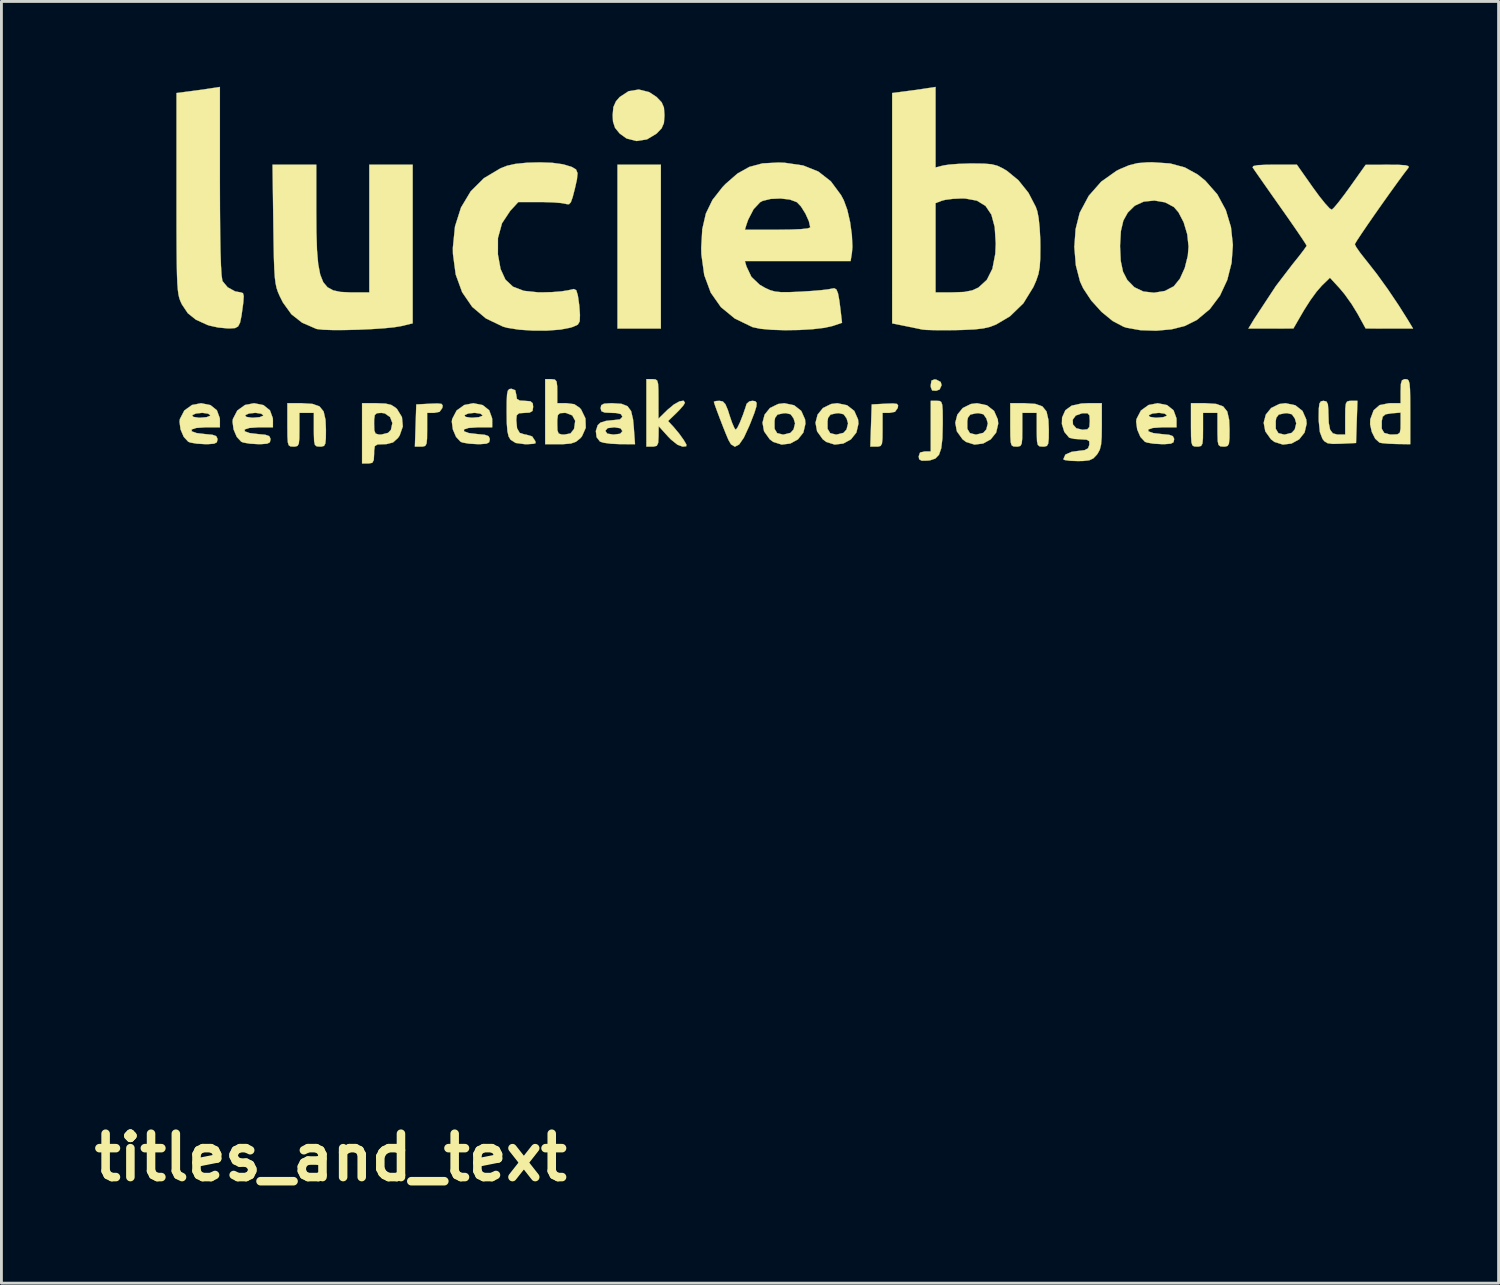
<source format=kicad_pcb>
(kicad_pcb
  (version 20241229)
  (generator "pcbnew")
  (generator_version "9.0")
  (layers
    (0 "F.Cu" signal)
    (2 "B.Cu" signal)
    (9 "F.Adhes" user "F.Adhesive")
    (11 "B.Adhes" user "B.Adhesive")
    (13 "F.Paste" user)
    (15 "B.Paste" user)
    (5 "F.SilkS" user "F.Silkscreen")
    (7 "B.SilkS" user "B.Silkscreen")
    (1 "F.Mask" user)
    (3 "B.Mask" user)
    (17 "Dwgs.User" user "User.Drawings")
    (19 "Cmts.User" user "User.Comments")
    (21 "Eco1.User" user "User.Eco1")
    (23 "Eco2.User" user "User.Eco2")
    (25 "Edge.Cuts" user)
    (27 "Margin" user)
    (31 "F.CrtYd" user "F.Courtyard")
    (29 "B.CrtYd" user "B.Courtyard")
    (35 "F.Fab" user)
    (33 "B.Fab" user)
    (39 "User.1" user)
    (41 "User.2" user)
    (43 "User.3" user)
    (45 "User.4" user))
  (footprint "titles_and_text"
    (layer "F.Cu")
    (at 8.571 37.619)
    (property "Reference" "titles_and_text" (at 0 0 0) (layer "F.SilkS") (effects (font (size 1.524 1.524) (thickness 0.3))))
    (attr through_hole)
    (fp_poly (pts (xy 11.599 -29.125) (xy 10.075 -29.125) (xy 10.075 -34.883) (xy 11.599 -34.883) (xy 11.599 -29.125)) (stroke (width 0.01) (type solid)) (fill yes) (layer "F.SilkS"))
    (fp_poly (pts (xy 21.273 -27.332) (xy 21.432 -27.248) (xy 21.463 -27.136) (xy 21.394 -26.984) (xy 21.273 -26.939) (xy 21.131 -26.95) (xy 21.084 -27.068) (xy 21.082 -27.136) (xy 21.108 -27.297) (xy 21.215 -27.338) (xy 21.273 -27.332)) (stroke (width 0.01) (type solid)) (fill yes) (layer "F.SilkS"))
    (fp_poly (pts (xy 3.893 -26.477) (xy 3.934 -26.422) (xy 3.92 -26.335) (xy 3.824 -26.199) (xy 3.631 -26.162) (xy 3.387 -26.162) (xy 3.387 -25.569) (xy 3.384 -25.26) (xy 3.366 -25.083) (xy 3.319 -25.001) (xy 3.231 -24.978) (xy 3.172 -24.977) (xy 2.957 -24.977) (xy 3.006 -26.458) (xy 3.486 -26.484) (xy 3.756 -26.493) (xy 3.893 -26.477)) (stroke (width 0.01) (type solid)) (fill yes) (layer "F.SilkS"))
    (fp_poly (pts (xy 19.895 -26.477) (xy 19.936 -26.422) (xy 19.922 -26.335) (xy 19.826 -26.199) (xy 19.633 -26.162) (xy 19.389 -26.162) (xy 19.389 -25.569) (xy 19.386 -25.26) (xy 19.368 -25.083) (xy 19.321 -25.001) (xy 19.233 -24.978) (xy 19.174 -24.977) (xy 18.959 -24.977) (xy 19.008 -26.458) (xy 19.488 -26.484) (xy 19.758 -26.493) (xy 19.895 -26.477)) (stroke (width 0.01) (type solid)) (fill yes) (layer "F.SilkS"))
    (fp_poly (pts (xy 11.188 -37.433) (xy 11.45 -37.26) (xy 11.628 -37.074) (xy 11.708 -36.886) (xy 11.726 -36.618) (xy 11.707 -36.347) (xy 11.626 -36.16) (xy 11.45 -35.976) (xy 11.112 -35.772) (xy 10.747 -35.714) (xy 10.395 -35.803) (xy 10.153 -35.977) (xy 9.989 -36.179) (xy 9.918 -36.397) (xy 9.906 -36.618) (xy 9.93 -36.904) (xy 10.022 -37.109) (xy 10.153 -37.26) (xy 10.467 -37.465) (xy 10.825 -37.523) (xy 11.188 -37.433)) (stroke (width 0.01) (type solid)) (fill yes) (layer "F.SilkS"))
    (fp_poly (pts (xy 21.391 -26.58) (xy 21.452 -26.543) (xy 21.486 -26.443) (xy 21.501 -26.25) (xy 21.504 -25.93) (xy 21.504 -25.76) (xy 21.492 -25.267) (xy 21.451 -24.919) (xy 21.372 -24.69) (xy 21.243 -24.557) (xy 21.055 -24.494) (xy 20.974 -24.485) (xy 20.765 -24.481) (xy 20.676 -24.531) (xy 20.659 -24.633) (xy 20.706 -24.769) (xy 20.87 -24.807) (xy 21.082 -24.807) (xy 21.082 -26.585) (xy 21.294 -26.585) (xy 21.391 -26.58)) (stroke (width 0.01) (type solid)) (fill yes) (layer "F.SilkS"))
    (fp_poly (pts (xy -0.642 -26.477) (xy -0.395 -26.39) (xy -0.25 -26.211) (xy -0.183 -25.915) (xy -0.169 -25.569) (xy -0.172 -25.26) (xy -0.191 -25.082) (xy -0.237 -25.001) (xy -0.325 -24.978) (xy -0.381 -24.977) (xy -0.492 -24.985) (xy -0.555 -25.036) (xy -0.584 -25.166) (xy -0.592 -25.411) (xy -0.593 -25.569) (xy -0.593 -26.162) (xy -1.101 -26.162) (xy -1.101 -25.569) (xy -1.104 -25.26) (xy -1.122 -25.082) (xy -1.168 -25.001) (xy -1.256 -24.978) (xy -1.312 -24.977) (xy -1.413 -24.983) (xy -1.475 -25.023) (xy -1.508 -25.129) (xy -1.521 -25.334) (xy -1.524 -25.671) (xy -1.524 -25.739) (xy -1.524 -26.501) (xy -1.016 -26.501) (xy -0.642 -26.477)) (stroke (width 0.01) (type solid)) (fill yes) (layer "F.SilkS"))
    (fp_poly (pts (xy 24.758 -26.477) (xy 25.005 -26.39) (xy 25.15 -26.211) (xy 25.217 -25.915) (xy 25.231 -25.569) (xy 25.228 -25.26) (xy 25.209 -25.082) (xy 25.163 -25.001) (xy 25.075 -24.978) (xy 25.019 -24.977) (xy 24.908 -24.985) (xy 24.845 -25.036) (xy 24.816 -25.166) (xy 24.808 -25.411) (xy 24.807 -25.569) (xy 24.807 -26.162) (xy 24.299 -26.162) (xy 24.299 -25.569) (xy 24.296 -25.26) (xy 24.278 -25.082) (xy 24.232 -25.001) (xy 24.144 -24.978) (xy 24.088 -24.977) (xy 23.987 -24.983) (xy 23.925 -25.023) (xy 23.892 -25.129) (xy 23.879 -25.334) (xy 23.876 -25.671) (xy 23.876 -25.739) (xy 23.876 -26.501) (xy 24.384 -26.501) (xy 24.758 -26.477)) (stroke (width 0.01) (type solid)) (fill yes) (layer "F.SilkS"))
    (fp_poly (pts (xy 31.108 -26.477) (xy 31.355 -26.39) (xy 31.5 -26.211) (xy 31.567 -25.915) (xy 31.581 -25.569) (xy 31.578 -25.26) (xy 31.559 -25.082) (xy 31.513 -25.001) (xy 31.425 -24.978) (xy 31.369 -24.977) (xy 31.258 -24.985) (xy 31.195 -25.036) (xy 31.166 -25.166) (xy 31.158 -25.411) (xy 31.157 -25.569) (xy 31.157 -26.162) (xy 30.649 -26.162) (xy 30.649 -25.569) (xy 30.646 -25.26) (xy 30.628 -25.082) (xy 30.582 -25.001) (xy 30.494 -24.978) (xy 30.438 -24.977) (xy 30.337 -24.983) (xy 30.275 -25.023) (xy 30.242 -25.129) (xy 30.229 -25.334) (xy 30.226 -25.671) (xy 30.226 -25.739) (xy 30.226 -26.501) (xy 30.734 -26.501) (xy 31.108 -26.477)) (stroke (width 0.01) (type solid)) (fill yes) (layer "F.SilkS"))
    (fp_poly (pts (xy 36.05 -25.845) (xy 36.026 -25.104) (xy 35.504 -25.079) (xy 35.206 -25.072) (xy 35.027 -25.096) (xy 34.914 -25.164) (xy 34.848 -25.246) (xy 34.755 -25.489) (xy 34.715 -25.881) (xy 34.713 -26.012) (xy 34.718 -26.317) (xy 34.74 -26.49) (xy 34.79 -26.567) (xy 34.878 -26.585) (xy 34.883 -26.585) (xy 34.986 -26.562) (xy 35.037 -26.462) (xy 35.053 -26.245) (xy 35.053 -26.183) (xy 35.067 -25.806) (xy 35.115 -25.569) (xy 35.21 -25.443) (xy 35.363 -25.401) (xy 35.401 -25.4) (xy 35.645 -25.4) (xy 35.645 -25.993) (xy 35.648 -26.302) (xy 35.666 -26.479) (xy 35.712 -26.561) (xy 35.8 -26.584) (xy 35.86 -26.585) (xy 36.075 -26.585) (xy 36.05 -25.845)) (stroke (width 0.01) (type solid)) (fill yes) (layer "F.SilkS"))
    (fp_poly (pts (xy 16.282 -26.429) (xy 16.533 -26.231) (xy 16.666 -25.932) (xy 16.679 -25.781) (xy 16.606 -25.47) (xy 16.416 -25.231) (xy 16.148 -25.085) (xy 15.846 -25.048) (xy 15.551 -25.14) (xy 15.426 -25.233) (xy 15.226 -25.514) (xy 15.171 -25.815) (xy 15.187 -25.88) (xy 15.594 -25.88) (xy 15.594 -25.602) (xy 15.686 -25.45) (xy 15.886 -25.4) (xy 15.912 -25.4) (xy 16.154 -25.46) (xy 16.262 -25.58) (xy 16.315 -25.793) (xy 16.264 -25.966) (xy 16.16 -26.112) (xy 15.994 -26.152) (xy 15.896 -26.146) (xy 15.699 -26.102) (xy 15.614 -25.99) (xy 15.594 -25.88) (xy 15.187 -25.88) (xy 15.245 -26.101) (xy 15.433 -26.333) (xy 15.72 -26.474) (xy 15.937 -26.501) (xy 16.282 -26.429)) (stroke (width 0.01) (type solid)) (fill yes) (layer "F.SilkS"))
    (fp_poly (pts (xy 18.144 -26.429) (xy 18.396 -26.231) (xy 18.528 -25.932) (xy 18.542 -25.781) (xy 18.469 -25.47) (xy 18.278 -25.231) (xy 18.011 -25.085) (xy 17.709 -25.048) (xy 17.414 -25.14) (xy 17.289 -25.233) (xy 17.089 -25.514) (xy 17.033 -25.815) (xy 17.05 -25.88) (xy 17.456 -25.88) (xy 17.457 -25.602) (xy 17.549 -25.45) (xy 17.749 -25.4) (xy 17.774 -25.4) (xy 18.017 -25.46) (xy 18.124 -25.58) (xy 18.177 -25.793) (xy 18.127 -25.966) (xy 18.023 -26.112) (xy 17.857 -26.152) (xy 17.758 -26.146) (xy 17.562 -26.102) (xy 17.476 -25.99) (xy 17.456 -25.88) (xy 17.05 -25.88) (xy 17.107 -26.101) (xy 17.295 -26.333) (xy 17.583 -26.474) (xy 17.8 -26.501) (xy 18.144 -26.429)) (stroke (width 0.01) (type solid)) (fill yes) (layer "F.SilkS"))
    (fp_poly (pts (xy 23.055 -26.429) (xy 23.307 -26.231) (xy 23.439 -25.932) (xy 23.453 -25.781) (xy 23.38 -25.47) (xy 23.189 -25.231) (xy 22.922 -25.085) (xy 22.62 -25.048) (xy 22.325 -25.14) (xy 22.2 -25.233) (xy 22 -25.514) (xy 21.944 -25.815) (xy 21.961 -25.88) (xy 22.367 -25.88) (xy 22.367 -25.602) (xy 22.459 -25.45) (xy 22.66 -25.4) (xy 22.685 -25.4) (xy 22.928 -25.46) (xy 23.035 -25.58) (xy 23.088 -25.793) (xy 23.037 -25.966) (xy 22.934 -26.112) (xy 22.768 -26.152) (xy 22.669 -26.146) (xy 22.472 -26.102) (xy 22.387 -25.99) (xy 22.367 -25.88) (xy 21.961 -25.88) (xy 22.018 -26.101) (xy 22.206 -26.333) (xy 22.493 -26.474) (xy 22.71 -26.501) (xy 23.055 -26.429)) (stroke (width 0.01) (type solid)) (fill yes) (layer "F.SilkS"))
    (fp_poly (pts (xy 33.892 -26.429) (xy 34.144 -26.231) (xy 34.276 -25.932) (xy 34.29 -25.781) (xy 34.217 -25.47) (xy 34.026 -25.231) (xy 33.759 -25.085) (xy 33.457 -25.048) (xy 33.162 -25.14) (xy 33.037 -25.233) (xy 32.837 -25.514) (xy 32.781 -25.815) (xy 32.798 -25.88) (xy 33.204 -25.88) (xy 33.205 -25.602) (xy 33.297 -25.45) (xy 33.497 -25.4) (xy 33.522 -25.4) (xy 33.765 -25.46) (xy 33.872 -25.58) (xy 33.925 -25.793) (xy 33.875 -25.966) (xy 33.771 -26.112) (xy 33.605 -26.152) (xy 33.506 -26.146) (xy 33.31 -26.102) (xy 33.224 -25.99) (xy 33.204 -25.88) (xy 32.798 -25.88) (xy 32.855 -26.101) (xy 33.043 -26.333) (xy 33.331 -26.474) (xy 33.548 -26.501) (xy 33.892 -26.429)) (stroke (width 0.01) (type solid)) (fill yes) (layer "F.SilkS"))
    (fp_poly (pts (xy 11.407 -27.34) (xy 11.47 -27.297) (xy 11.502 -27.182) (xy 11.513 -26.963) (xy 11.515 -26.653) (xy 11.515 -25.958) (xy 11.836 -26.272) (xy 12.059 -26.458) (xy 12.258 -26.568) (xy 12.398 -26.589) (xy 12.446 -26.517) (xy 12.39 -26.423) (xy 12.248 -26.261) (xy 12.15 -26.162) (xy 11.853 -25.875) (xy 12.054 -25.659) (xy 12.245 -25.429) (xy 12.402 -25.209) (xy 12.496 -25.05) (xy 12.49 -24.988) (xy 12.375 -24.977) (xy 12.361 -24.977) (xy 12.182 -25.044) (xy 11.952 -25.228) (xy 11.847 -25.337) (xy 11.522 -25.696) (xy 11.518 -25.337) (xy 11.506 -25.11) (xy 11.456 -25.005) (xy 11.341 -24.977) (xy 11.303 -24.977) (xy 11.091 -24.977) (xy 11.091 -27.347) (xy 11.303 -27.347) (xy 11.407 -27.34)) (stroke (width 0.01) (type solid)) (fill yes) (layer "F.SilkS"))
    (fp_poly (pts (xy 14.917 -26.572) (xy 14.965 -26.514) (xy 14.955 -26.385) (xy 14.885 -26.16) (xy 14.75 -25.813) (xy 14.702 -25.696) (xy 14.515 -25.291) (xy 14.349 -25.051) (xy 14.2 -24.973) (xy 14.065 -25.055) (xy 13.977 -25.206) (xy 13.9 -25.387) (xy 13.795 -25.647) (xy 13.682 -25.939) (xy 13.577 -26.217) (xy 13.498 -26.435) (xy 13.463 -26.548) (xy 13.462 -26.553) (xy 13.534 -26.578) (xy 13.66 -26.585) (xy 13.778 -26.562) (xy 13.867 -26.467) (xy 13.953 -26.265) (xy 14.012 -26.077) (xy 14.102 -25.814) (xy 14.182 -25.63) (xy 14.23 -25.569) (xy 14.29 -25.643) (xy 14.381 -25.833) (xy 14.485 -26.096) (xy 14.584 -26.386) (xy 14.612 -26.48) (xy 14.71 -26.566) (xy 14.814 -26.585) (xy 14.917 -26.572)) (stroke (width 0.01) (type solid)) (fill yes) (layer "F.SilkS"))
    (fp_poly (pts (xy 6.483 -26.959) (xy 6.519 -26.797) (xy 6.541 -26.654) (xy 6.641 -26.595) (xy 6.816 -26.585) (xy 7.016 -26.57) (xy 7.098 -26.498) (xy 7.112 -26.374) (xy 7.09 -26.231) (xy 6.99 -26.172) (xy 6.816 -26.162) (xy 6.616 -26.148) (xy 6.535 -26.076) (xy 6.519 -25.915) (xy 6.547 -25.618) (xy 6.643 -25.456) (xy 6.824 -25.401) (xy 6.858 -25.4) (xy 7.077 -25.335) (xy 7.19 -25.164) (xy 7.197 -25.097) (xy 7.121 -25.075) (xy 6.931 -25.063) (xy 6.829 -25.061) (xy 6.499 -25.105) (xy 6.321 -25.216) (xy 6.251 -25.332) (xy 6.208 -25.516) (xy 6.186 -25.802) (xy 6.181 -26.19) (xy 6.183 -26.568) (xy 6.195 -26.807) (xy 6.222 -26.94) (xy 6.272 -26.997) (xy 6.35 -27.009) (xy 6.35 -27.009) (xy 6.483 -26.959)) (stroke (width 0.01) (type solid)) (fill yes) (layer "F.SilkS"))
    (fp_poly (pts (xy 7.873 -27.334) (xy 7.935 -27.264) (xy 7.957 -27.094) (xy 7.959 -26.924) (xy 7.959 -26.501) (xy 8.291 -26.501) (xy 8.557 -26.467) (xy 8.742 -26.344) (xy 8.799 -26.278) (xy 8.95 -25.967) (xy 8.96 -25.637) (xy 8.828 -25.34) (xy 8.767 -25.269) (xy 8.617 -25.148) (xy 8.439 -25.085) (xy 8.174 -25.063) (xy 8.047 -25.061) (xy 7.535 -25.061) (xy 7.535 -25.781) (xy 7.959 -25.781) (xy 7.966 -25.547) (xy 8.008 -25.436) (xy 8.117 -25.402) (xy 8.215 -25.4) (xy 8.424 -25.44) (xy 8.541 -25.586) (xy 8.553 -25.617) (xy 8.59 -25.882) (xy 8.487 -26.073) (xy 8.264 -26.16) (xy 8.21 -26.162) (xy 8.055 -26.151) (xy 7.982 -26.086) (xy 7.96 -25.922) (xy 7.959 -25.781) (xy 7.535 -25.781) (xy 7.535 -27.347) (xy 7.747 -27.347) (xy 7.873 -27.334)) (stroke (width 0.01) (type solid)) (fill yes) (layer "F.SilkS"))
    (fp_poly (pts (xy 1.923 -26.489) (xy 2.125 -26.442) (xy 2.278 -26.344) (xy 2.332 -26.293) (xy 2.502 -26.013) (xy 2.533 -25.687) (xy 2.421 -25.366) (xy 2.365 -25.284) (xy 2.189 -25.124) (xy 1.958 -25.065) (xy 1.857 -25.061) (xy 1.644 -25.053) (xy 1.549 -24.995) (xy 1.525 -24.839) (xy 1.524 -24.723) (xy 1.512 -24.504) (xy 1.458 -24.407) (xy 1.331 -24.384) (xy 1.312 -24.384) (xy 1.101 -24.384) (xy 1.101 -25.781) (xy 1.524 -25.781) (xy 1.531 -25.547) (xy 1.574 -25.436) (xy 1.682 -25.402) (xy 1.775 -25.4) (xy 2.015 -25.46) (xy 2.114 -25.564) (xy 2.166 -25.805) (xy 2.085 -26.015) (xy 1.9 -26.144) (xy 1.78 -26.162) (xy 1.623 -26.151) (xy 1.548 -26.088) (xy 1.525 -25.926) (xy 1.524 -25.781) (xy 1.101 -25.781) (xy 1.101 -26.501) (xy 1.613 -26.501) (xy 1.923 -26.489)) (stroke (width 0.01) (type solid)) (fill yes) (layer "F.SilkS"))
    (fp_poly (pts (xy -0.508 -33.286) (xy -0.503 -32.507) (xy -0.483 -31.881) (xy -0.441 -31.391) (xy -0.37 -31.022) (xy -0.264 -30.755) (xy -0.114 -30.576) (xy 0.085 -30.467) (xy 0.341 -30.412) (xy 0.661 -30.396) (xy 0.724 -30.395) (xy 1.355 -30.395) (xy 1.355 -34.883) (xy 2.879 -34.883) (xy 2.879 -29.308) (xy 2.477 -29.211) (xy 2.227 -29.17) (xy 1.865 -29.134) (xy 1.431 -29.105) (xy 0.962 -29.084) (xy 0.499 -29.073) (xy 0.078 -29.072) (xy -0.261 -29.083) (xy -0.478 -29.107) (xy -0.509 -29.115) (xy -1.006 -29.331) (xy -1.383 -29.628) (xy -1.68 -30.041) (xy -1.795 -30.269) (xy -1.856 -30.41) (xy -1.903 -30.551) (xy -1.938 -30.716) (xy -1.965 -30.93) (xy -1.983 -31.215) (xy -1.997 -31.597) (xy -2.007 -32.099) (xy -2.017 -32.745) (xy -2.017 -32.787) (xy -2.045 -34.883) (xy -0.508 -34.883) (xy -0.508 -33.286)) (stroke (width 0.01) (type solid)) (fill yes) (layer "F.SilkS"))
    (fp_poly (pts (xy 37.829 -27.338) (xy 37.876 -27.293) (xy 37.906 -27.186) (xy 37.922 -26.991) (xy 37.929 -26.679) (xy 37.931 -26.227) (xy 37.931 -26.204) (xy 37.931 -25.061) (xy 37.444 -25.068) (xy 37.159 -25.079) (xy 36.936 -25.1) (xy 36.849 -25.118) (xy 36.699 -25.254) (xy 36.58 -25.491) (xy 36.555 -25.605) (xy 36.928 -25.605) (xy 37.017 -25.456) (xy 37.22 -25.402) (xy 37.293 -25.4) (xy 37.476 -25.408) (xy 37.563 -25.462) (xy 37.59 -25.607) (xy 37.592 -25.786) (xy 37.592 -26.172) (xy 37.275 -26.146) (xy 37.061 -26.112) (xy 36.963 -26.028) (xy 36.93 -25.88) (xy 36.928 -25.605) (xy 36.555 -25.605) (xy 36.52 -25.761) (xy 36.526 -25.935) (xy 36.644 -26.253) (xy 36.855 -26.436) (xy 37.18 -26.5) (xy 37.224 -26.501) (xy 37.592 -26.501) (xy 37.592 -26.924) (xy 37.601 -27.178) (xy 37.639 -27.305) (xy 37.722 -27.346) (xy 37.761 -27.347) (xy 37.829 -27.338)) (stroke (width 0.01) (type solid)) (fill yes) (layer "F.SilkS"))
    (fp_poly (pts (xy -4.227 -26.435) (xy -4 -26.253) (xy -3.898 -25.975) (xy -3.895 -25.908) (xy -3.895 -25.654) (xy -4.41 -25.654) (xy -4.73 -25.632) (xy -4.887 -25.579) (xy -4.882 -25.513) (xy -4.713 -25.452) (xy -4.417 -25.417) (xy -4.156 -25.392) (xy -4.024 -25.344) (xy -3.981 -25.257) (xy -3.979 -25.226) (xy -4.002 -25.129) (xy -4.095 -25.08) (xy -4.301 -25.064) (xy -4.424 -25.064) (xy -4.705 -25.08) (xy -4.93 -25.119) (xy -5.005 -25.147) (xy -5.165 -25.319) (xy -5.277 -25.58) (xy -5.313 -25.853) (xy -5.3 -25.946) (xy -5.232 -26.077) (xy -4.868 -26.077) (xy -4.83 -26.022) (xy -4.651 -25.994) (xy -4.577 -25.993) (xy -4.363 -26.011) (xy -4.243 -26.058) (xy -4.233 -26.077) (xy -4.308 -26.134) (xy -4.49 -26.161) (xy -4.525 -26.162) (xy -4.736 -26.14) (xy -4.863 -26.085) (xy -4.868 -26.077) (xy -5.232 -26.077) (xy -5.145 -26.245) (xy -4.876 -26.439) (xy -4.556 -26.501) (xy -4.227 -26.435)) (stroke (width 0.01) (type solid)) (fill yes) (layer "F.SilkS"))
    (fp_poly (pts (xy -2.364 -26.435) (xy -2.137 -26.253) (xy -2.035 -25.975) (xy -2.032 -25.908) (xy -2.032 -25.654) (xy -2.547 -25.654) (xy -2.867 -25.632) (xy -3.024 -25.579) (xy -3.019 -25.513) (xy -2.85 -25.452) (xy -2.555 -25.417) (xy -2.293 -25.392) (xy -2.161 -25.344) (xy -2.118 -25.257) (xy -2.117 -25.226) (xy -2.139 -25.129) (xy -2.233 -25.08) (xy -2.438 -25.064) (xy -2.561 -25.064) (xy -2.842 -25.08) (xy -3.067 -25.119) (xy -3.143 -25.147) (xy -3.302 -25.319) (xy -3.414 -25.58) (xy -3.45 -25.853) (xy -3.438 -25.946) (xy -3.37 -26.077) (xy -3.006 -26.077) (xy -2.968 -26.022) (xy -2.789 -25.994) (xy -2.714 -25.993) (xy -2.5 -26.011) (xy -2.38 -26.058) (xy -2.371 -26.077) (xy -2.445 -26.134) (xy -2.627 -26.161) (xy -2.662 -26.162) (xy -2.873 -26.14) (xy -3 -26.085) (xy -3.006 -26.077) (xy -3.37 -26.077) (xy -3.283 -26.245) (xy -3.013 -26.439) (xy -2.693 -26.501) (xy -2.364 -26.435)) (stroke (width 0.01) (type solid)) (fill yes) (layer "F.SilkS"))
    (fp_poly (pts (xy 5.34 -26.435) (xy 5.568 -26.253) (xy 5.669 -25.975) (xy 5.673 -25.908) (xy 5.673 -25.654) (xy 5.158 -25.654) (xy 4.838 -25.632) (xy 4.68 -25.579) (xy 4.686 -25.513) (xy 4.854 -25.452) (xy 5.15 -25.417) (xy 5.412 -25.392) (xy 5.544 -25.344) (xy 5.587 -25.257) (xy 5.588 -25.226) (xy 5.566 -25.129) (xy 5.472 -25.08) (xy 5.266 -25.064) (xy 5.144 -25.064) (xy 4.862 -25.08) (xy 4.637 -25.119) (xy 4.562 -25.147) (xy 4.403 -25.319) (xy 4.291 -25.58) (xy 4.254 -25.853) (xy 4.267 -25.946) (xy 4.335 -26.077) (xy 4.699 -26.077) (xy 4.737 -26.022) (xy 4.916 -25.994) (xy 4.99 -25.993) (xy 5.204 -26.011) (xy 5.324 -26.058) (xy 5.334 -26.077) (xy 5.26 -26.134) (xy 5.077 -26.161) (xy 5.043 -26.162) (xy 4.832 -26.14) (xy 4.705 -26.085) (xy 4.699 -26.077) (xy 4.335 -26.077) (xy 4.422 -26.245) (xy 4.692 -26.439) (xy 5.011 -26.501) (xy 5.34 -26.435)) (stroke (width 0.01) (type solid)) (fill yes) (layer "F.SilkS"))
    (fp_poly (pts (xy 29.386 -26.435) (xy 29.613 -26.253) (xy 29.715 -25.975) (xy 29.718 -25.908) (xy 29.718 -25.654) (xy 29.203 -25.654) (xy 28.883 -25.632) (xy 28.726 -25.579) (xy 28.731 -25.513) (xy 28.9 -25.452) (xy 29.195 -25.417) (xy 29.457 -25.392) (xy 29.589 -25.344) (xy 29.632 -25.257) (xy 29.633 -25.226) (xy 29.611 -25.129) (xy 29.517 -25.08) (xy 29.312 -25.064) (xy 29.189 -25.064) (xy 28.908 -25.08) (xy 28.683 -25.119) (xy 28.607 -25.147) (xy 28.448 -25.319) (xy 28.336 -25.58) (xy 28.3 -25.853) (xy 28.312 -25.946) (xy 28.38 -26.077) (xy 28.744 -26.077) (xy 28.782 -26.022) (xy 28.961 -25.994) (xy 29.036 -25.993) (xy 29.25 -26.011) (xy 29.37 -26.058) (xy 29.379 -26.077) (xy 29.305 -26.134) (xy 29.123 -26.161) (xy 29.088 -26.162) (xy 28.877 -26.14) (xy 28.75 -26.085) (xy 28.744 -26.077) (xy 28.38 -26.077) (xy 28.467 -26.245) (xy 28.737 -26.439) (xy 29.057 -26.501) (xy 29.386 -26.435)) (stroke (width 0.01) (type solid)) (fill yes) (layer "F.SilkS"))
    (fp_poly (pts (xy -3.895 -34.305) (xy -3.892 -33.317) (xy -3.885 -32.496) (xy -3.874 -31.838) (xy -3.857 -31.341) (xy -3.836 -31.001) (xy -3.809 -30.815) (xy -3.801 -30.79) (xy -3.624 -30.576) (xy -3.359 -30.43) (xy -3.16 -30.395) (xy -3.084 -30.369) (xy -3.057 -30.266) (xy -3.072 -30.047) (xy -3.084 -29.951) (xy -3.136 -29.574) (xy -3.186 -29.333) (xy -3.254 -29.2) (xy -3.36 -29.142) (xy -3.526 -29.13) (xy -3.629 -29.131) (xy -3.951 -29.161) (xy -4.263 -29.229) (xy -4.331 -29.251) (xy -4.739 -29.437) (xy -5.023 -29.665) (xy -5.228 -29.971) (xy -5.245 -30.006) (xy -5.288 -30.1) (xy -5.323 -30.202) (xy -5.351 -30.327) (xy -5.373 -30.494) (xy -5.39 -30.717) (xy -5.402 -31.015) (xy -5.41 -31.404) (xy -5.415 -31.9) (xy -5.418 -32.521) (xy -5.419 -33.283) (xy -5.419 -33.882) (xy -5.419 -37.401) (xy -4.974 -37.458) (xy -4.644 -37.502) (xy -4.324 -37.548) (xy -4.212 -37.565) (xy -3.895 -37.614) (xy -3.895 -34.305)) (stroke (width 0.01) (type solid)) (fill yes) (layer "F.SilkS"))
    (fp_poly (pts (xy 10.215 -26.48) (xy 10.427 -26.398) (xy 10.554 -26.225) (xy 10.622 -25.932) (xy 10.647 -25.669) (xy 10.691 -25.061) (xy 10.15 -25.064) (xy 9.843 -25.078) (xy 9.588 -25.113) (xy 9.461 -25.153) (xy 9.342 -25.307) (xy 9.315 -25.525) (xy 9.316 -25.527) (xy 9.652 -25.527) (xy 9.716 -25.433) (xy 9.921 -25.4) (xy 9.948 -25.4) (xy 10.168 -25.428) (xy 10.244 -25.515) (xy 10.245 -25.527) (xy 10.18 -25.621) (xy 9.975 -25.654) (xy 9.948 -25.654) (xy 9.729 -25.626) (xy 9.653 -25.539) (xy 9.652 -25.527) (xy 9.316 -25.527) (xy 9.381 -25.729) (xy 9.477 -25.82) (xy 9.674 -25.881) (xy 9.928 -25.908) (xy 9.943 -25.908) (xy 10.164 -25.935) (xy 10.244 -26.02) (xy 10.245 -26.035) (xy 10.195 -26.119) (xy 10.025 -26.157) (xy 9.864 -26.162) (xy 9.626 -26.173) (xy 9.513 -26.219) (xy 9.483 -26.319) (xy 9.483 -26.331) (xy 9.506 -26.434) (xy 9.604 -26.485) (xy 9.818 -26.5) (xy 9.89 -26.501) (xy 10.215 -26.48)) (stroke (width 0.01) (type solid)) (fill yes) (layer "F.SilkS"))
    (fp_poly (pts (xy 27.093 -25.708) (xy 27.088 -25.315) (xy 27.067 -25.05) (xy 27.022 -24.869) (xy 26.947 -24.731) (xy 26.918 -24.692) (xy 26.796 -24.564) (xy 26.651 -24.496) (xy 26.427 -24.471) (xy 26.241 -24.469) (xy 25.975 -24.478) (xy 25.793 -24.504) (xy 25.74 -24.532) (xy 25.813 -24.696) (xy 26.031 -24.793) (xy 26.248 -24.823) (xy 26.49 -24.853) (xy 26.61 -24.917) (xy 26.655 -25.039) (xy 26.655 -25.04) (xy 26.652 -25.165) (xy 26.568 -25.219) (xy 26.358 -25.232) (xy 26.123 -25.248) (xy 25.959 -25.286) (xy 25.942 -25.295) (xy 25.776 -25.493) (xy 25.69 -25.772) (xy 25.695 -25.921) (xy 26.071 -25.921) (xy 26.079 -25.755) (xy 26.198 -25.621) (xy 26.413 -25.569) (xy 26.585 -25.585) (xy 26.656 -25.667) (xy 26.67 -25.865) (xy 26.67 -25.871) (xy 26.659 -26.071) (xy 26.594 -26.148) (xy 26.429 -26.149) (xy 26.396 -26.146) (xy 26.176 -26.068) (xy 26.071 -25.921) (xy 25.695 -25.921) (xy 25.697 -25.998) (xy 25.813 -26.256) (xy 26.035 -26.417) (xy 26.384 -26.492) (xy 26.604 -26.501) (xy 27.093 -26.501) (xy 27.093 -25.708)) (stroke (width 0.01) (type solid)) (fill yes) (layer "F.SilkS"))
    (fp_poly (pts (xy 7.784 -34.948) (xy 8.137 -34.9) (xy 8.213 -34.882) (xy 8.471 -34.802) (xy 8.618 -34.716) (xy 8.672 -34.585) (xy 8.651 -34.367) (xy 8.58 -34.05) (xy 8.5 -33.74) (xy 8.437 -33.564) (xy 8.373 -33.493) (xy 8.288 -33.497) (xy 8.26 -33.506) (xy 8.098 -33.535) (xy 7.818 -33.558) (xy 7.471 -33.569) (xy 7.338 -33.57) (xy 6.591 -33.57) (xy 6.306 -33.26) (xy 6.018 -32.825) (xy 5.875 -32.305) (xy 5.874 -31.727) (xy 5.967 -31.217) (xy 6.137 -30.846) (xy 6.402 -30.596) (xy 6.781 -30.451) (xy 7.292 -30.397) (xy 7.409 -30.396) (xy 7.771 -30.405) (xy 8.102 -30.431) (xy 8.337 -30.468) (xy 8.359 -30.473) (xy 8.539 -30.514) (xy 8.627 -30.472) (xy 8.677 -30.31) (xy 8.69 -30.241) (xy 8.733 -29.933) (xy 8.756 -29.611) (xy 8.756 -29.595) (xy 8.748 -29.379) (xy 8.683 -29.263) (xy 8.515 -29.186) (xy 8.424 -29.157) (xy 8.069 -29.088) (xy 7.61 -29.054) (xy 7.107 -29.053) (xy 6.621 -29.085) (xy 6.211 -29.149) (xy 6.052 -29.193) (xy 5.451 -29.481) (xy 4.972 -29.885) (xy 4.618 -30.4) (xy 4.391 -31.023) (xy 4.294 -31.751) (xy 4.291 -31.962) (xy 4.366 -32.712) (xy 4.577 -33.377) (xy 4.919 -33.947) (xy 5.383 -34.409) (xy 5.963 -34.754) (xy 6.19 -34.844) (xy 6.492 -34.911) (xy 6.9 -34.952) (xy 7.351 -34.964) (xy 7.784 -34.948)) (stroke (width 0.01) (type solid)) (fill yes) (layer "F.SilkS"))
    (fp_poly (pts (xy 29.495 -34.925) (xy 30.009 -34.786) (xy 30.461 -34.537) (xy 30.729 -34.321) (xy 31.151 -33.841) (xy 31.45 -33.288) (xy 31.631 -32.687) (xy 31.698 -32.061) (xy 31.653 -31.435) (xy 31.501 -30.834) (xy 31.245 -30.283) (xy 30.887 -29.806) (xy 30.432 -29.427) (xy 30.005 -29.214) (xy 29.543 -29.098) (xy 29.002 -29.049) (xy 28.452 -29.067) (xy 27.966 -29.153) (xy 27.861 -29.187) (xy 27.475 -29.39) (xy 27.081 -29.713) (xy 26.722 -30.11) (xy 26.439 -30.538) (xy 26.329 -30.776) (xy 26.18 -31.349) (xy 26.128 -31.984) (xy 26.129 -32.004) (xy 27.734 -32.004) (xy 27.758 -31.501) (xy 27.837 -31.124) (xy 27.986 -30.834) (xy 28.218 -30.595) (xy 28.246 -30.572) (xy 28.554 -30.426) (xy 28.929 -30.384) (xy 29.305 -30.445) (xy 29.618 -30.607) (xy 29.625 -30.613) (xy 29.838 -30.878) (xy 30.008 -31.255) (xy 30.115 -31.685) (xy 30.141 -32.004) (xy 30.095 -32.437) (xy 29.969 -32.859) (xy 29.786 -33.211) (xy 29.625 -33.395) (xy 29.316 -33.559) (xy 28.941 -33.623) (xy 28.565 -33.585) (xy 28.254 -33.442) (xy 28.246 -33.436) (xy 28.005 -33.199) (xy 27.849 -32.917) (xy 27.763 -32.55) (xy 27.735 -32.061) (xy 27.734 -32.004) (xy 26.129 -32.004) (xy 26.172 -32.617) (xy 26.313 -33.18) (xy 26.321 -33.202) (xy 26.633 -33.787) (xy 27.072 -34.286) (xy 27.606 -34.665) (xy 27.725 -34.725) (xy 28.052 -34.863) (xy 28.348 -34.937) (xy 28.694 -34.965) (xy 28.877 -34.967) (xy 29.495 -34.925)) (stroke (width 0.01) (type solid)) (fill yes) (layer "F.SilkS"))
    (fp_poly (pts (xy 21.251 -34.785) (xy 21.526 -34.855) (xy 21.737 -34.887) (xy 22.058 -34.911) (xy 22.434 -34.924) (xy 22.571 -34.925) (xy 22.95 -34.92) (xy 23.214 -34.898) (xy 23.415 -34.848) (xy 23.607 -34.757) (xy 23.756 -34.669) (xy 24.161 -34.337) (xy 24.515 -33.895) (xy 24.773 -33.4) (xy 24.827 -33.245) (xy 24.873 -33.008) (xy 24.909 -32.658) (xy 24.931 -32.251) (xy 24.934 -32.004) (xy 24.93 -31.584) (xy 24.91 -31.279) (xy 24.866 -31.039) (xy 24.788 -30.81) (xy 24.689 -30.585) (xy 24.336 -30.011) (xy 23.865 -29.555) (xy 23.378 -29.267) (xy 23.166 -29.185) (xy 22.928 -29.13) (xy 22.623 -29.095) (xy 22.21 -29.076) (xy 21.971 -29.07) (xy 21.558 -29.066) (xy 21.196 -29.069) (xy 20.924 -29.077) (xy 20.786 -29.09) (xy 20.607 -29.128) (xy 20.337 -29.183) (xy 20.172 -29.217) (xy 19.727 -29.307) (xy 19.727 -33.532) (xy 21.251 -33.532) (xy 21.251 -30.395) (xy 21.865 -30.396) (xy 22.257 -30.411) (xy 22.536 -30.465) (xy 22.759 -30.566) (xy 22.759 -30.567) (xy 23.053 -30.836) (xy 23.249 -31.227) (xy 23.35 -31.75) (xy 23.366 -32.113) (xy 23.33 -32.691) (xy 23.213 -33.128) (xy 23.007 -33.434) (xy 22.703 -33.619) (xy 22.294 -33.694) (xy 22.177 -33.697) (xy 21.865 -33.683) (xy 21.59 -33.647) (xy 21.469 -33.615) (xy 21.251 -33.532) (xy 19.727 -33.532) (xy 19.727 -37.401) (xy 20.172 -37.458) (xy 20.502 -37.502) (xy 20.822 -37.548) (xy 20.934 -37.565) (xy 21.251 -37.614) (xy 21.251 -34.785)) (stroke (width 0.01) (type solid)) (fill yes) (layer "F.SilkS"))
    (fp_poly (pts (xy 34.514 -34.076) (xy 34.744 -33.762) (xy 34.946 -33.511) (xy 35.097 -33.348) (xy 35.173 -33.3) (xy 35.256 -33.378) (xy 35.412 -33.565) (xy 35.617 -33.833) (xy 35.814 -34.104) (xy 36.364 -34.878) (xy 37.158 -34.88) (xy 37.534 -34.877) (xy 37.764 -34.861) (xy 37.869 -34.831) (xy 37.872 -34.782) (xy 37.868 -34.777) (xy 37.699 -34.556) (xy 37.478 -34.255) (xy 37.223 -33.901) (xy 36.952 -33.52) (xy 36.683 -33.137) (xy 36.434 -32.778) (xy 36.224 -32.469) (xy 36.07 -32.236) (xy 35.99 -32.105) (xy 35.983 -32.087) (xy 36.034 -31.983) (xy 36.169 -31.789) (xy 36.362 -31.543) (xy 36.409 -31.485) (xy 36.753 -31.046) (xy 37.137 -30.514) (xy 37.521 -29.944) (xy 37.837 -29.443) (xy 38.029 -29.125) (xy 37.197 -29.126) (xy 36.364 -29.127) (xy 36.078 -29.648) (xy 35.87 -29.987) (xy 35.627 -30.327) (xy 35.451 -30.539) (xy 35.109 -30.91) (xy 34.822 -30.631) (xy 34.639 -30.421) (xy 34.42 -30.12) (xy 34.208 -29.789) (xy 34.179 -29.74) (xy 33.824 -29.127) (xy 33.034 -29.126) (xy 32.244 -29.125) (xy 32.436 -29.443) (xy 33.211 -30.621) (xy 33.794 -31.383) (xy 34.011 -31.653) (xy 34.179 -31.872) (xy 34.276 -32.009) (xy 34.29 -32.037) (xy 34.243 -32.118) (xy 34.114 -32.315) (xy 33.917 -32.605) (xy 33.667 -32.966) (xy 33.379 -33.376) (xy 33.371 -33.387) (xy 33.078 -33.803) (xy 32.818 -34.174) (xy 32.606 -34.477) (xy 32.458 -34.689) (xy 32.392 -34.786) (xy 32.392 -34.786) (xy 32.416 -34.834) (xy 32.569 -34.865) (xy 32.865 -34.88) (xy 33.14 -34.883) (xy 33.946 -34.883) (xy 34.514 -34.076)) (stroke (width 0.01) (type solid)) (fill yes) (layer "F.SilkS"))
    (fp_poly (pts (xy 15.948 -34.95) (xy 16.598 -34.855) (xy 17.133 -34.641) (xy 17.571 -34.299) (xy 17.928 -33.817) (xy 18.027 -33.632) (xy 18.149 -33.3) (xy 18.248 -32.869) (xy 18.311 -32.411) (xy 18.33 -31.995) (xy 18.312 -31.783) (xy 18.266 -31.496) (xy 14.551 -31.496) (xy 14.608 -31.305) (xy 14.782 -30.939) (xy 15.072 -30.664) (xy 15.258 -30.556) (xy 15.437 -30.474) (xy 15.614 -30.425) (xy 15.833 -30.403) (xy 16.138 -30.405) (xy 16.505 -30.421) (xy 16.896 -30.445) (xy 17.238 -30.474) (xy 17.487 -30.504) (xy 17.581 -30.523) (xy 17.692 -30.542) (xy 17.77 -30.495) (xy 17.825 -30.357) (xy 17.872 -30.1) (xy 17.91 -29.798) (xy 17.965 -29.328) (xy 17.64 -29.217) (xy 17.341 -29.15) (xy 16.931 -29.102) (xy 16.455 -29.074) (xy 15.959 -29.067) (xy 15.491 -29.081) (xy 15.096 -29.117) (xy 14.822 -29.175) (xy 14.817 -29.177) (xy 14.197 -29.477) (xy 13.709 -29.879) (xy 13.352 -30.387) (xy 13.124 -31.003) (xy 13.023 -31.729) (xy 13.017 -31.962) (xy 13.054 -32.597) (xy 14.551 -32.597) (xy 15.7 -32.597) (xy 16.17 -32.603) (xy 16.532 -32.619) (xy 16.765 -32.645) (xy 16.849 -32.679) (xy 16.849 -32.68) (xy 16.8 -32.896) (xy 16.679 -33.165) (xy 16.524 -33.413) (xy 16.379 -33.565) (xy 16.133 -33.657) (xy 15.803 -33.695) (xy 15.461 -33.68) (xy 15.176 -33.611) (xy 15.089 -33.565) (xy 14.859 -33.321) (xy 14.668 -32.952) (xy 14.61 -32.787) (xy 14.551 -32.597) (xy 13.054 -32.597) (xy 13.055 -32.62) (xy 13.181 -33.166) (xy 13.412 -33.643) (xy 13.763 -34.092) (xy 13.879 -34.212) (xy 14.291 -34.571) (xy 14.707 -34.804) (xy 15.169 -34.928) (xy 15.725 -34.958) (xy 15.948 -34.95)) (stroke (width 0.01) (type solid)) (fill yes) (layer "F.SilkS")))
  (gr_rect
    (start -3 -3)
    (end 49.605 42.037)
    (stroke (width 0.1) (type default))
    (fill no)
    (layer "Edge.Cuts")))
</source>
